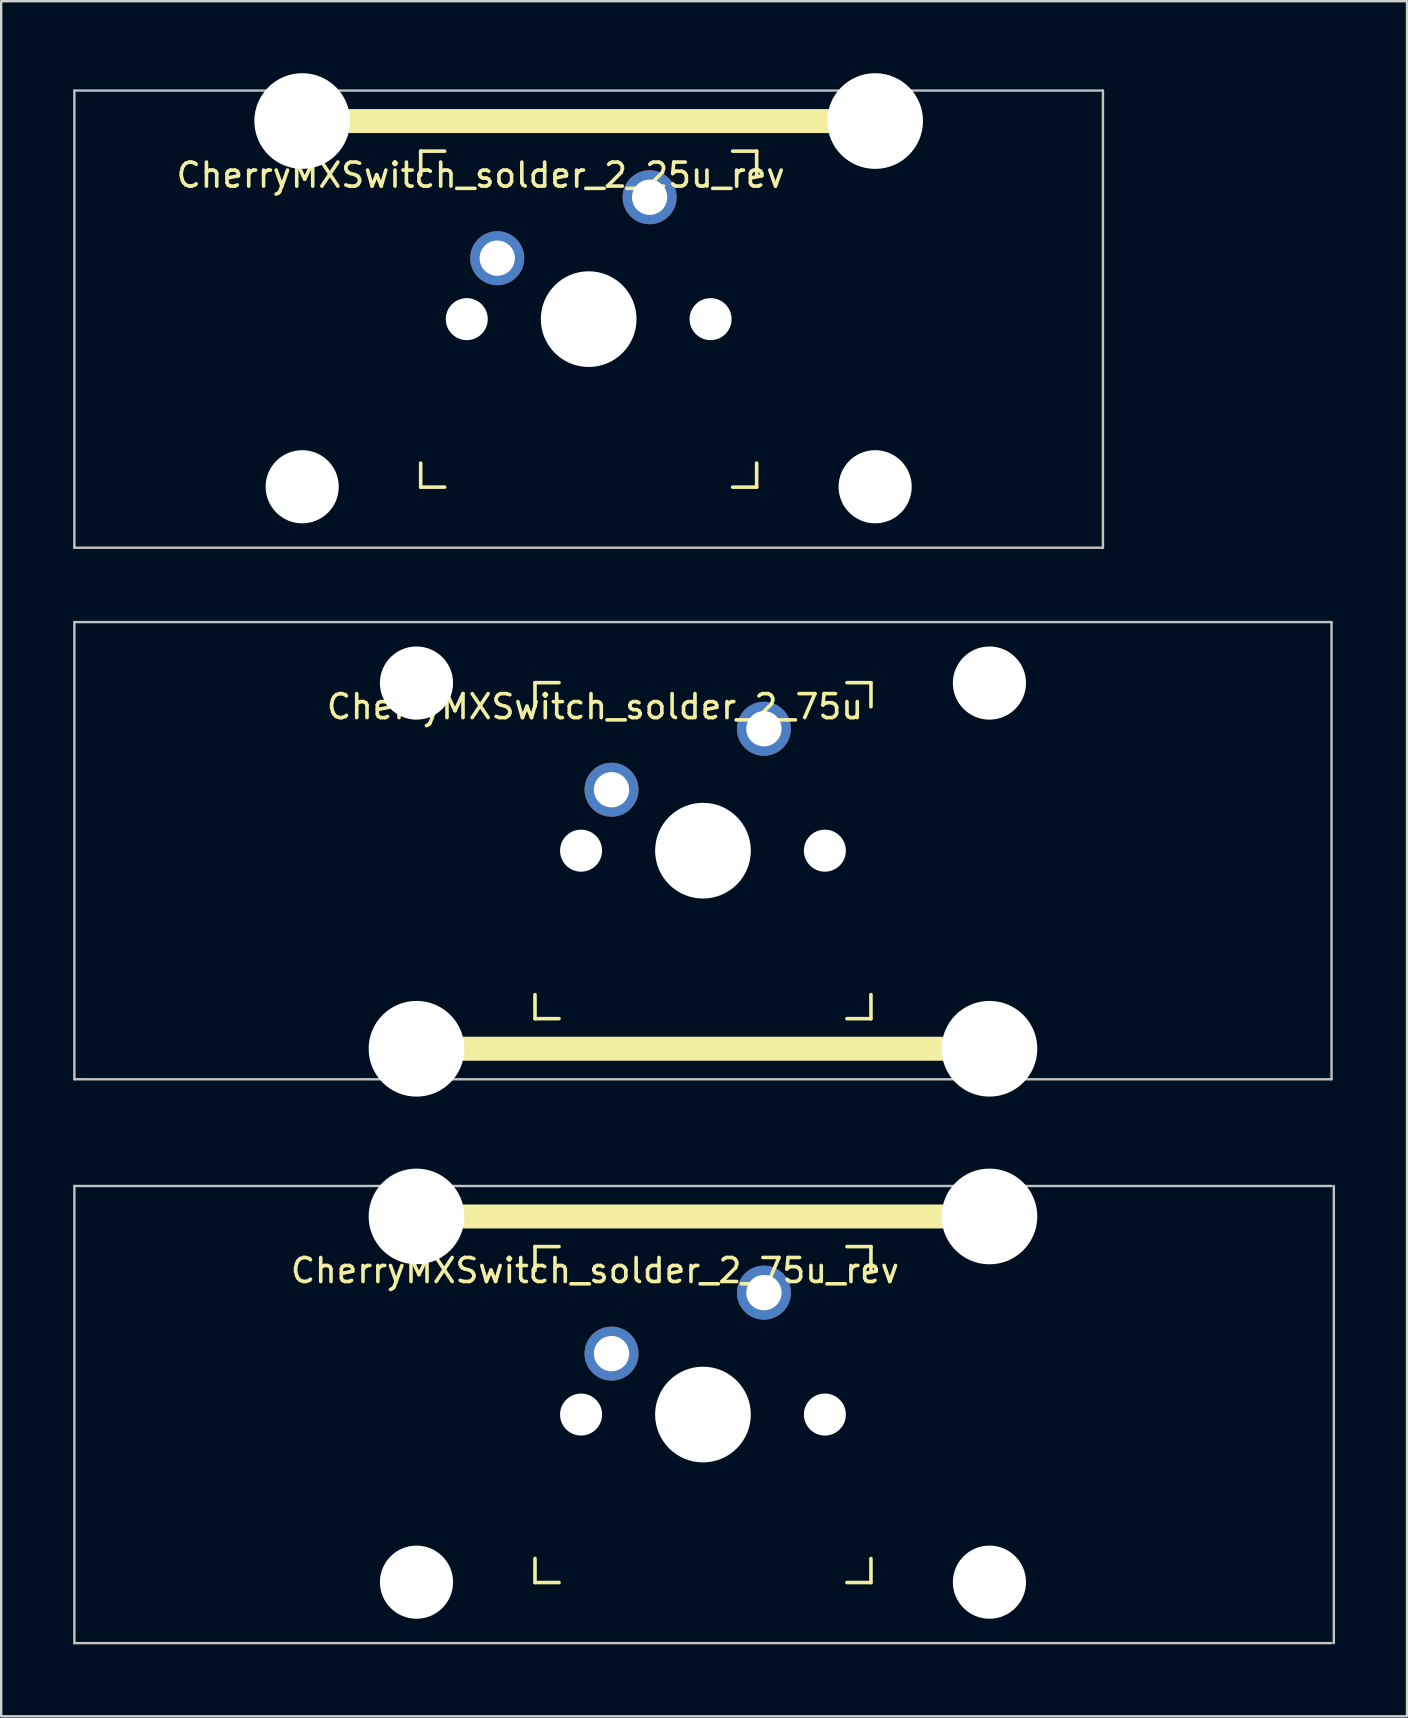
<source format=kicad_pcb>
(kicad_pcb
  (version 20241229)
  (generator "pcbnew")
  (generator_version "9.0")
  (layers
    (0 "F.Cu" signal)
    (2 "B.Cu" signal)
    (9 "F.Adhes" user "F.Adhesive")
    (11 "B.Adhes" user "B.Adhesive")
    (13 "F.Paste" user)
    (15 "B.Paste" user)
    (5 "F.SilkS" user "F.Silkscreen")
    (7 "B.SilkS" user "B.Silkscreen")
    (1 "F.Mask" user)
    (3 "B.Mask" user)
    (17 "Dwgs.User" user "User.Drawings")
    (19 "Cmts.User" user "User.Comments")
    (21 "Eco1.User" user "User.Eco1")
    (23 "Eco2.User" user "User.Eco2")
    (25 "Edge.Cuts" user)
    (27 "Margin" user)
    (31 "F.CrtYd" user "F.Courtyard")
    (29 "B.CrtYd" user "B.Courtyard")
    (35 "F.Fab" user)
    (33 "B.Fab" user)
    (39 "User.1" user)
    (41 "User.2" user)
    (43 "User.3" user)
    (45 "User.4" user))
  (footprint "CherryMXSwitch_solder_2_75u"
    (layer "F.Cu")
    (at 26.244 32.399)
    (property "Reference" "CherryMXSwitch_solder_2_75u" (at -4.5 -6 0) (unlocked yes) (layer "F.SilkS") (effects (font (size 1 1) (thickness 0.15))))
    (attr smd)
    (fp_line (start -11.938 8.255) (end 11.938 8.255) (stroke (width 1) (type solid)) (layer "F.SilkS"))
    (fp_line (start -7 -7) (end -6 -7) (stroke (width 0.15) (type solid)) (layer "F.SilkS"))
    (fp_line (start -7 -6) (end -7 -7) (stroke (width 0.15) (type solid)) (layer "F.SilkS"))
    (fp_line (start -7 6) (end -7 7) (stroke (width 0.15) (type solid)) (layer "F.SilkS"))
    (fp_line (start -7 7) (end -6 7) (stroke (width 0.15) (type solid)) (layer "F.SilkS"))
    (fp_line (start 6 7) (end 7 7) (stroke (width 0.15) (type solid)) (layer "F.SilkS"))
    (fp_line (start 7 -7) (end 6 -7) (stroke (width 0.15) (type solid)) (layer "F.SilkS"))
    (fp_line (start 7 -7) (end 7 -6) (stroke (width 0.15) (type solid)) (layer "F.SilkS"))
    (fp_line (start 7 7) (end 7 6) (stroke (width 0.15) (type solid)) (layer "F.SilkS"))
    (fp_line (start -26.194 -9.525) (end 26.194 -9.525) (stroke (width 0.1) (type solid)) (layer "Dwgs.User"))
    (fp_line (start -26.194 9.525) (end -26.194 -9.525) (stroke (width 0.1) (type solid)) (layer "Dwgs.User"))
    (fp_line (start 26.194 -9.525) (end 26.194 9.525) (stroke (width 0.1) (type solid)) (layer "Dwgs.User"))
    (fp_line (start 26.194 9.525) (end -26.194 9.525) (stroke (width 0.1) (type solid)) (layer "Dwgs.User"))
    (fp_line (start -7 -7) (end 7 -7) (stroke (width 0.1) (type solid)) (layer "Eco1.User"))
    (fp_line (start -7 7) (end -7 -7) (stroke (width 0.1) (type solid)) (layer "Eco1.User"))
    (fp_line (start 7 -7) (end 7 7) (stroke (width 0.1) (type solid)) (layer "Eco1.User"))
    (fp_line (start 7 7) (end -7 7) (stroke (width 0.1) (type solid)) (layer "Eco1.User"))
    (fp_rect (start 1.75 3.25) (end -1.75 6.35) (stroke (width 0.1) (type solid)) (fill no) (layer "Eco1.User"))
    (fp_line (start 0 0) (end 0 4.8) (stroke (width 0.05) (type solid)) (layer "Eco2.User"))
    (fp_line (start 0 0) (end 8.262 0) (stroke (width 0.05) (type solid)) (layer "Eco2.User"))
    (pad "" np_thru_hole circle (at -11.938 -6.985) (size 3.048 3.048) (drill 3.048) (layers "*.Cu" "*.Mask"))
    (pad "" np_thru_hole circle (at -11.938 8.255) (size 3.988 3.988) (drill 3.988) (layers "*.Cu" "*.Mask"))
    (pad "" np_thru_hole circle (at -5.08 0 48.1) (size 1.75 1.75) (drill 1.75) (layers "*.Cu" "*.Mask"))
    (pad "" np_thru_hole circle (at 0 0) (size 3.988 3.988) (drill 3.988) (layers "*.Cu" "*.Mask"))
    (pad "" np_thru_hole circle (at 5.08 0 48.1) (size 1.75 1.75) (drill 1.75) (layers "*.Cu" "*.Mask"))
    (pad "" np_thru_hole circle (at 11.938 -6.985) (size 3.048 3.048) (drill 3.048) (layers "*.Cu" "*.Mask"))
    (pad "" np_thru_hole circle (at 11.938 8.255) (size 3.988 3.988) (drill 3.988) (layers "*.Cu" "*.Mask"))
    (pad "1" thru_hole circle (at -3.81 -2.54) (size 2.25 2.25) (drill 1.47) (layers "*.Cu" "*.Mask"))
    (pad "2" thru_hole circle (at 2.54 -5.08) (size 2.25 2.25) (drill 1.47) (layers "*.Cu" "*.Mask")))
  (footprint "CherryMXSwitch_solder_2_75u_rev"
    (layer "F.Cu")
    (at 26.244 55.897)
    (property "Reference" "CherryMXSwitch_solder_2_75u_rev" (at -4.5 -6 0) (unlocked yes) (layer "F.SilkS") (effects (font (size 1 1) (thickness 0.15))))
    (attr smd)
    (fp_line (start -7 -7) (end -6 -7) (stroke (width 0.15) (type solid)) (layer "F.SilkS"))
    (fp_line (start -7 -6) (end -7 -7) (stroke (width 0.15) (type solid)) (layer "F.SilkS"))
    (fp_line (start -7 6) (end -7 7) (stroke (width 0.15) (type solid)) (layer "F.SilkS"))
    (fp_line (start -7 7) (end -6 7) (stroke (width 0.15) (type solid)) (layer "F.SilkS"))
    (fp_line (start 6 7) (end 7 7) (stroke (width 0.15) (type solid)) (layer "F.SilkS"))
    (fp_line (start 7 -7) (end 6 -7) (stroke (width 0.15) (type solid)) (layer "F.SilkS"))
    (fp_line (start 7 -7) (end 7 -6) (stroke (width 0.15) (type solid)) (layer "F.SilkS"))
    (fp_line (start 7 7) (end 7 6) (stroke (width 0.15) (type solid)) (layer "F.SilkS"))
    (fp_line (start 11.938 -8.255) (end -11.938 -8.255) (stroke (width 1) (type solid)) (layer "F.SilkS"))
    (fp_line (start -26.194 -9.525) (end 26.194 -9.525) (stroke (width 0.1) (type solid)) (layer "Dwgs.User"))
    (fp_line (start -26.194 9.525) (end -26.194 -9.525) (stroke (width 0.1) (type solid)) (layer "Dwgs.User"))
    (fp_line (start 26.194 9.525) (end -26.194 9.525) (stroke (width 0.1) (type solid)) (layer "Dwgs.User"))
    (fp_line (start 26.289 -9.525) (end 26.289 9.525) (stroke (width 0.1) (type solid)) (layer "Dwgs.User"))
    (fp_line (start -7 -7) (end 7 -7) (stroke (width 0.1) (type solid)) (layer "Eco1.User"))
    (fp_line (start -7 7) (end -7 -7) (stroke (width 0.1) (type solid)) (layer "Eco1.User"))
    (fp_line (start 7 -7) (end 7 7) (stroke (width 0.1) (type solid)) (layer "Eco1.User"))
    (fp_line (start 7 7) (end -7 7) (stroke (width 0.1) (type solid)) (layer "Eco1.User"))
    (fp_rect (start 1.75 3.25) (end -1.75 6.35) (stroke (width 0.1) (type solid)) (fill no) (layer "Eco1.User"))
    (fp_line (start 0 0) (end 0 4.8) (stroke (width 0.05) (type solid)) (layer "Eco2.User"))
    (fp_line (start 0 0) (end 8.262 0) (stroke (width 0.05) (type solid)) (layer "Eco2.User"))
    (pad "" np_thru_hole circle (at -11.938 -8.255 180) (size 3.988 3.988) (drill 3.988) (layers "*.Cu" "*.Mask"))
    (pad "" np_thru_hole circle (at -11.938 6.985 180) (size 3.048 3.048) (drill 3.048) (layers "*.Cu" "*.Mask"))
    (pad "" np_thru_hole circle (at -5.08 0 48.1) (size 1.75 1.75) (drill 1.75) (layers "*.Cu" "*.Mask"))
    (pad "" np_thru_hole circle (at 0 0) (size 3.988 3.988) (drill 3.988) (layers "*.Cu" "*.Mask"))
    (pad "" np_thru_hole circle (at 5.08 0 48.1) (size 1.75 1.75) (drill 1.75) (layers "*.Cu" "*.Mask"))
    (pad "" np_thru_hole circle (at 11.938 -8.255 180) (size 3.988 3.988) (drill 3.988) (layers "*.Cu" "*.Mask"))
    (pad "" np_thru_hole circle (at 11.938 6.985 180) (size 3.048 3.048) (drill 3.048) (layers "*.Cu" "*.Mask"))
    (pad "1" thru_hole circle (at -3.81 -2.54) (size 2.25 2.25) (drill 1.47) (layers "*.Cu" "*.Mask"))
    (pad "2" thru_hole circle (at 2.54 -5.08) (size 2.25 2.25) (drill 1.47) (layers "*.Cu" "*.Mask")))
  (footprint "CherryMXSwitch_solder_2_25u_rev"
    (layer "F.Cu")
    (at 21.481 10.249)
    (property "Reference" "CherryMXSwitch_solder_2_25u_rev" (at -4.5 -6 0) (unlocked yes) (layer "F.SilkS") (effects (font (size 1 1) (thickness 0.15))))
    (attr smd)
    (fp_line (start -7 -7) (end -6 -7) (stroke (width 0.15) (type solid)) (layer "F.SilkS"))
    (fp_line (start -7 -6) (end -7 -7) (stroke (width 0.15) (type solid)) (layer "F.SilkS"))
    (fp_line (start -7 6) (end -7 7) (stroke (width 0.15) (type solid)) (layer "F.SilkS"))
    (fp_line (start -7 7) (end -6 7) (stroke (width 0.15) (type solid)) (layer "F.SilkS"))
    (fp_line (start 6 7) (end 7 7) (stroke (width 0.15) (type solid)) (layer "F.SilkS"))
    (fp_line (start 7 -7) (end 6 -7) (stroke (width 0.15) (type solid)) (layer "F.SilkS"))
    (fp_line (start 7 -7) (end 7 -6) (stroke (width 0.15) (type solid)) (layer "F.SilkS"))
    (fp_line (start 7 7) (end 7 6) (stroke (width 0.15) (type solid)) (layer "F.SilkS"))
    (fp_line (start 11.938 -8.255) (end -11.938 -8.255) (stroke (width 1) (type solid)) (layer "F.SilkS"))
    (fp_line (start -21.431 -9.525) (end 21.431 -9.525) (stroke (width 0.1) (type solid)) (layer "Dwgs.User"))
    (fp_line (start -21.431 9.525) (end -21.431 -9.525) (stroke (width 0.1) (type solid)) (layer "Dwgs.User"))
    (fp_line (start 21.431 -9.525) (end 21.431 9.525) (stroke (width 0.1) (type solid)) (layer "Dwgs.User"))
    (fp_line (start 21.431 9.525) (end -21.431 9.525) (stroke (width 0.1) (type solid)) (layer "Dwgs.User"))
    (fp_line (start -7 -7) (end 7 -7) (stroke (width 0.1) (type solid)) (layer "Eco1.User"))
    (fp_line (start -7 7) (end -7 -7) (stroke (width 0.1) (type solid)) (layer "Eco1.User"))
    (fp_line (start 7 -7) (end 7 7) (stroke (width 0.1) (type solid)) (layer "Eco1.User"))
    (fp_line (start 7 7) (end -7 7) (stroke (width 0.1) (type solid)) (layer "Eco1.User"))
    (fp_rect (start 1.75 3.25) (end -1.75 6.35) (stroke (width 0.1) (type solid)) (fill no) (layer "Eco1.User"))
    (fp_line (start 0 0) (end 0 4.8) (stroke (width 0.05) (type solid)) (layer "Eco2.User"))
    (fp_line (start 0 0) (end 8.262 0) (stroke (width 0.05) (type solid)) (layer "Eco2.User"))
    (pad "" np_thru_hole circle (at -11.938 -8.255 180) (size 3.988 3.988) (drill 3.988) (layers "*.Cu" "*.Mask"))
    (pad "" np_thru_hole circle (at -11.938 6.985 180) (size 3.048 3.048) (drill 3.048) (layers "*.Cu" "*.Mask"))
    (pad "" np_thru_hole circle (at -5.08 0 48.1) (size 1.75 1.75) (drill 1.75) (layers "*.Cu" "*.Mask"))
    (pad "" np_thru_hole circle (at 0 0) (size 3.988 3.988) (drill 3.988) (layers "*.Cu" "*.Mask"))
    (pad "" np_thru_hole circle (at 5.08 0 48.1) (size 1.75 1.75) (drill 1.75) (layers "*.Cu" "*.Mask"))
    (pad "" np_thru_hole circle (at 11.938 -8.255 180) (size 3.988 3.988) (drill 3.988) (layers "*.Cu" "*.Mask"))
    (pad "" np_thru_hole circle (at 11.938 6.985 180) (size 3.048 3.048) (drill 3.048) (layers "*.Cu" "*.Mask"))
    (pad "1" thru_hole circle (at -3.81 -2.54) (size 2.25 2.25) (drill 1.47) (layers "*.Cu" "*.Mask"))
    (pad "2" thru_hole circle (at 2.54 -5.08) (size 2.25 2.25) (drill 1.47) (layers "*.Cu" "*.Mask")))
  (gr_rect
    (start -3 -3)
    (end 55.583 68.472)
    (stroke (width 0.1) (type default))
    (fill no)
    (layer "Edge.Cuts")))
</source>
